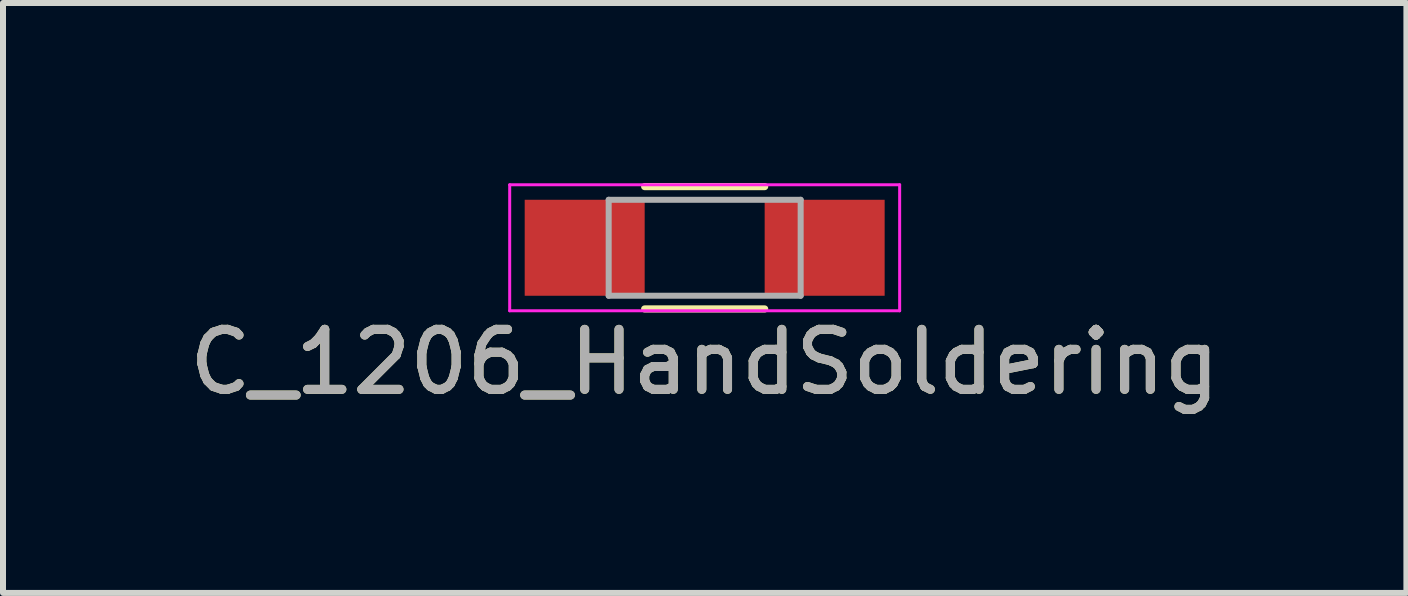
<source format=kicad_pcb>
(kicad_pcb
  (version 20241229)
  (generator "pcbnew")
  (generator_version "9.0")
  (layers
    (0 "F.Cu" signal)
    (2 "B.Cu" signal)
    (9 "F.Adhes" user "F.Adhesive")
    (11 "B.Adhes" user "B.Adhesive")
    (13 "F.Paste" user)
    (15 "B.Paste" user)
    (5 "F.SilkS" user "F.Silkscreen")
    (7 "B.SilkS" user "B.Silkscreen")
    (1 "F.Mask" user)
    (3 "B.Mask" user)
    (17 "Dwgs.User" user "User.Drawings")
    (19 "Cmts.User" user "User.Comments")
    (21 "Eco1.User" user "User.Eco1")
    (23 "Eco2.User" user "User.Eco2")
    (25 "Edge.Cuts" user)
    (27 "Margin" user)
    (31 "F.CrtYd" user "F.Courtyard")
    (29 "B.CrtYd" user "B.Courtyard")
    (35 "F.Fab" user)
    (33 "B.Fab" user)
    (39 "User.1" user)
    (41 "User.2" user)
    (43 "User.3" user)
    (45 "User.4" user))
  (footprint "C_1206_HandSoldering"
    (layer "F.Cu")
    (at 8.696 1.08)
    (property "Reference" "C_1206_HandSoldering" (at 0 1.905 0) (layer "F.SilkS") (effects (font (size 1 1) (thickness 0.15))))
    (attr smd)
    (fp_line (start -1 1.02) (end 1 1.02) (stroke (width 0.12) (type solid)) (layer "F.SilkS"))
    (fp_line (start 1 -1.02) (end -1 -1.02) (stroke (width 0.12) (type solid)) (layer "F.SilkS"))
    (fp_line (start -3.25 -1.05) (end -3.25 1.05) (stroke (width 0.05) (type solid)) (layer "F.CrtYd"))
    (fp_line (start -3.25 -1.05) (end 3.25 -1.05) (stroke (width 0.05) (type solid)) (layer "F.CrtYd"))
    (fp_line (start 3.25 1.05) (end -3.25 1.05) (stroke (width 0.05) (type solid)) (layer "F.CrtYd"))
    (fp_line (start 3.25 1.05) (end 3.25 -1.05) (stroke (width 0.05) (type solid)) (layer "F.CrtYd"))
    (fp_line (start -1.6 -0.8) (end 1.6 -0.8) (stroke (width 0.1) (type solid)) (layer "F.Fab"))
    (fp_line (start -1.6 0.8) (end -1.6 -0.8) (stroke (width 0.1) (type solid)) (layer "F.Fab"))
    (fp_line (start 1.6 -0.8) (end 1.6 0.8) (stroke (width 0.1) (type solid)) (layer "F.Fab"))
    (fp_line (start 1.6 0.8) (end -1.6 0.8) (stroke (width 0.1) (type solid)) (layer "F.Fab"))
    (fp_text user "${REFERENCE}" (at 0 1.905 0) (layer "F.Fab") (effects (font (size 1 1) (thickness 0.15))))
    (pad "1" smd rect (at -2 0) (size 2 1.6) (layers "F.Cu" "F.Mask" "F.Paste"))
    (pad "2" smd rect (at 2 0) (size 2 1.6) (layers "F.Cu" "F.Mask" "F.Paste")))
  (gr_rect
    (start -3 -3)
    (end 20.393 6.833)
    (stroke (width 0.1) (type default))
    (fill no)
    (layer "Edge.Cuts")))
</source>
